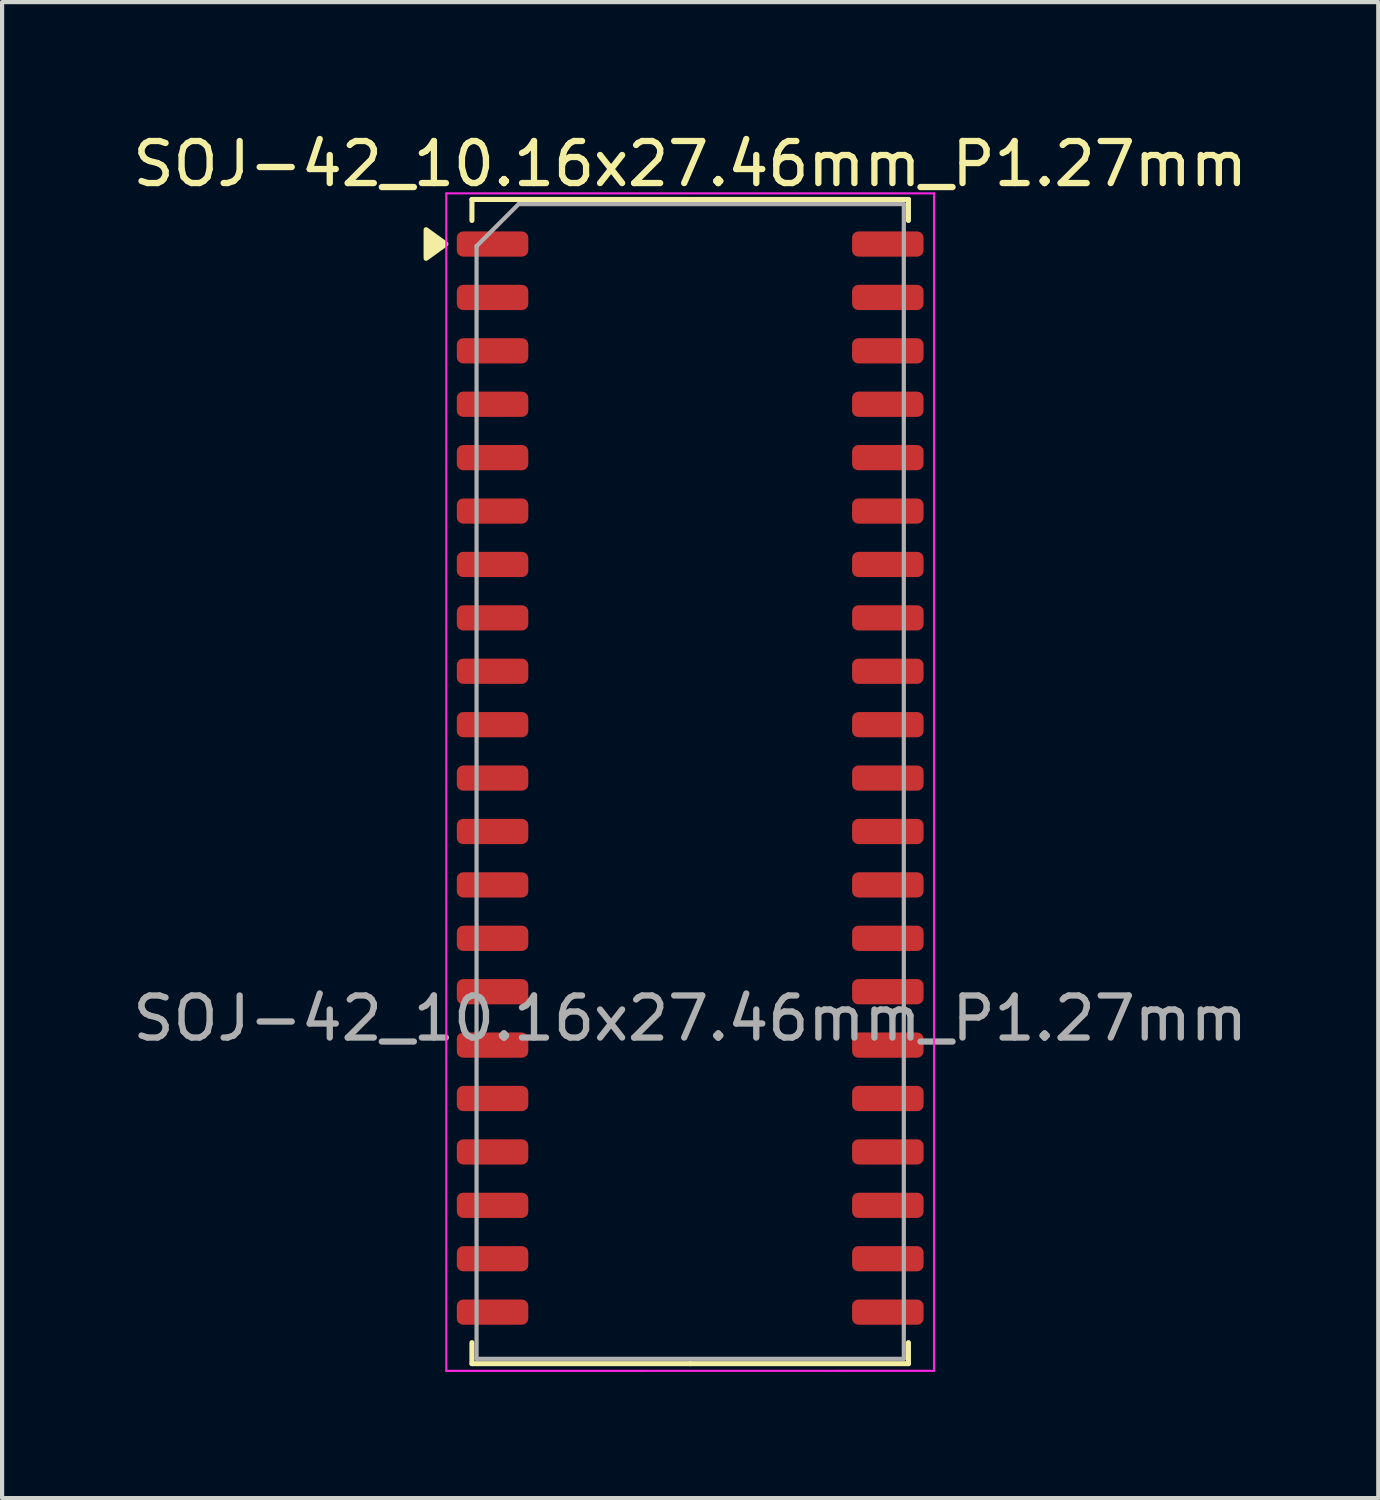
<source format=kicad_pcb>
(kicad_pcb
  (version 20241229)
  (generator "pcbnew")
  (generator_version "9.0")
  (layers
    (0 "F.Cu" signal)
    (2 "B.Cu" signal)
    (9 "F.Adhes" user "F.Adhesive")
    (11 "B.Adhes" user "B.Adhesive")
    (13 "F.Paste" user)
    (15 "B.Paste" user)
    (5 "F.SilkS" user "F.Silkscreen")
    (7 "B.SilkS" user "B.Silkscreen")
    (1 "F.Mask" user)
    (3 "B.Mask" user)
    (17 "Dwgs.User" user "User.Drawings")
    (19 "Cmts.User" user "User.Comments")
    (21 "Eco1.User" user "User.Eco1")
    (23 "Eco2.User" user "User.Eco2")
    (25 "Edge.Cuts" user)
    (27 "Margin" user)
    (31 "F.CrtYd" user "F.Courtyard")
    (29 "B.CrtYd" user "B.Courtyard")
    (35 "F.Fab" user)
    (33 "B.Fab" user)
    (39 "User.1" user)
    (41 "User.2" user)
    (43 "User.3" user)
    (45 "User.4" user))
  (footprint "SOJ-42_10.16x27.46mm_P1.27mm"
    (layer "F.Cu")
    (at 13.363 15.453)
    (property "Reference" "SOJ-42_10.16x27.46mm_P1.27mm" (at 0 -14.605 0) (layer "F.SilkS") (effects (font (size 1 1) (thickness 0.15))))
    (attr smd)
    (fp_line (start -5.19 -13.76) (end -5.19 -13.26) (stroke (width 0.12) (type solid)) (layer "F.SilkS"))
    (fp_line (start -5.19 13.925) (end -5.19 13.425) (stroke (width 0.12) (type solid)) (layer "F.SilkS"))
    (fp_line (start 0 -13.76) (end -5.19 -13.76) (stroke (width 0.12) (type solid)) (layer "F.SilkS"))
    (fp_line (start 0 -13.76) (end 5.19 -13.76) (stroke (width 0.12) (type solid)) (layer "F.SilkS"))
    (fp_line (start 0 13.925) (end -5.19 13.925) (stroke (width 0.12) (type solid)) (layer "F.SilkS"))
    (fp_line (start 0 13.925) (end 5.19 13.925) (stroke (width 0.12) (type solid)) (layer "F.SilkS"))
    (fp_line (start 5.19 -13.76) (end 5.19 -13.26) (stroke (width 0.12) (type solid)) (layer "F.SilkS"))
    (fp_line (start 5.19 13.925) (end 5.19 13.425) (stroke (width 0.12) (type solid)) (layer "F.SilkS"))
    (fp_poly (pts (xy -5.81 -12.7) (xy -6.28 -13.04) (xy -6.28 -12.36) (xy -5.81 -12.7)) (stroke (width 0.12) (type solid)) (fill yes) (layer "F.SilkS"))
    (fp_line (start -5.8 -13.905) (end -5.8 14.095) (stroke (width 0.05) (type solid)) (layer "F.CrtYd"))
    (fp_line (start -5.8 14.097) (end 5.8 14.095) (stroke (width 0.05) (type solid)) (layer "F.CrtYd"))
    (fp_line (start 5.8 -13.905) (end -5.8 -13.905) (stroke (width 0.05) (type solid)) (layer "F.CrtYd"))
    (fp_line (start 5.8 14.095) (end 5.8 -13.905) (stroke (width 0.05) (type solid)) (layer "F.CrtYd"))
    (fp_line (start -5.08 -12.65) (end -4.08 -13.65) (stroke (width 0.1) (type solid)) (layer "F.Fab"))
    (fp_line (start -5.08 13.81) (end -5.08 -12.65) (stroke (width 0.1) (type solid)) (layer "F.Fab"))
    (fp_line (start -4.08 -13.65) (end 5.08 -13.65) (stroke (width 0.1) (type solid)) (layer "F.Fab"))
    (fp_line (start 5.08 -13.65) (end 5.08 13.81) (stroke (width 0.1) (type solid)) (layer "F.Fab"))
    (fp_line (start 5.08 13.81) (end -5.08 13.81) (stroke (width 0.1) (type solid)) (layer "F.Fab"))
    (fp_text user "${REFERENCE}" (at 0 5.715 0) (layer "F.Fab") (effects (font (size 1 1) (thickness 0.15))))
    (pad "1" smd roundrect (at -4.7 -12.7) (size 1.7 0.6) (layers "F.Cu" "F.Mask" "F.Paste") (roundrect_rratio 0.25))
    (pad "2" smd roundrect (at -4.7 -11.43) (size 1.7 0.6) (layers "F.Cu" "F.Mask" "F.Paste") (roundrect_rratio 0.25))
    (pad "3" smd roundrect (at -4.7 -10.16) (size 1.7 0.6) (layers "F.Cu" "F.Mask" "F.Paste") (roundrect_rratio 0.25))
    (pad "4" smd roundrect (at -4.7 -8.89) (size 1.7 0.6) (layers "F.Cu" "F.Mask" "F.Paste") (roundrect_rratio 0.25))
    (pad "5" smd roundrect (at -4.7 -7.62) (size 1.7 0.6) (layers "F.Cu" "F.Mask" "F.Paste") (roundrect_rratio 0.25))
    (pad "6" smd roundrect (at -4.7 -6.35) (size 1.7 0.6) (layers "F.Cu" "F.Mask" "F.Paste") (roundrect_rratio 0.25))
    (pad "7" smd roundrect (at -4.7 -5.08) (size 1.7 0.6) (layers "F.Cu" "F.Mask" "F.Paste") (roundrect_rratio 0.25))
    (pad "8" smd roundrect (at -4.7 -3.81) (size 1.7 0.6) (layers "F.Cu" "F.Mask" "F.Paste") (roundrect_rratio 0.25))
    (pad "9" smd roundrect (at -4.7 -2.54) (size 1.7 0.6) (layers "F.Cu" "F.Mask" "F.Paste") (roundrect_rratio 0.25))
    (pad "10" smd roundrect (at -4.7 -1.27) (size 1.7 0.6) (layers "F.Cu" "F.Mask" "F.Paste") (roundrect_rratio 0.25))
    (pad "11" smd roundrect (at -4.7 0) (size 1.7 0.6) (layers "F.Cu" "F.Mask" "F.Paste") (roundrect_rratio 0.25))
    (pad "12" smd roundrect (at -4.7 1.27) (size 1.7 0.6) (layers "F.Cu" "F.Mask" "F.Paste") (roundrect_rratio 0.25))
    (pad "13" smd roundrect (at -4.7 2.54) (size 1.7 0.6) (layers "F.Cu" "F.Mask" "F.Paste") (roundrect_rratio 0.25))
    (pad "14" smd roundrect (at -4.7 3.81) (size 1.7 0.6) (layers "F.Cu" "F.Mask" "F.Paste") (roundrect_rratio 0.25))
    (pad "15" smd roundrect (at -4.7 5.08) (size 1.7 0.6) (layers "F.Cu" "F.Mask" "F.Paste") (roundrect_rratio 0.25))
    (pad "16" smd roundrect (at -4.7 6.35) (size 1.7 0.6) (layers "F.Cu" "F.Mask" "F.Paste") (roundrect_rratio 0.25))
    (pad "17" smd roundrect (at -4.7 7.62) (size 1.7 0.6) (layers "F.Cu" "F.Mask" "F.Paste") (roundrect_rratio 0.25))
    (pad "18" smd roundrect (at -4.7 8.89) (size 1.7 0.6) (layers "F.Cu" "F.Mask" "F.Paste") (roundrect_rratio 0.25))
    (pad "19" smd roundrect (at -4.7 10.16) (size 1.7 0.6) (layers "F.Cu" "F.Mask" "F.Paste") (roundrect_rratio 0.25))
    (pad "20" smd roundrect (at -4.7 11.43) (size 1.7 0.6) (layers "F.Cu" "F.Mask" "F.Paste") (roundrect_rratio 0.25))
    (pad "21" smd roundrect (at -4.7 12.7) (size 1.7 0.6) (layers "F.Cu" "F.Mask" "F.Paste") (roundrect_rratio 0.25))
    (pad "22" smd roundrect (at 4.7 12.7) (size 1.7 0.6) (layers "F.Cu" "F.Mask" "F.Paste") (roundrect_rratio 0.25))
    (pad "23" smd roundrect (at 4.7 11.43) (size 1.7 0.6) (layers "F.Cu" "F.Mask" "F.Paste") (roundrect_rratio 0.25))
    (pad "24" smd roundrect (at 4.7 10.16) (size 1.7 0.6) (layers "F.Cu" "F.Mask" "F.Paste") (roundrect_rratio 0.25))
    (pad "25" smd roundrect (at 4.7 8.89) (size 1.7 0.6) (layers "F.Cu" "F.Mask" "F.Paste") (roundrect_rratio 0.25))
    (pad "26" smd roundrect (at 4.7 7.62) (size 1.7 0.6) (layers "F.Cu" "F.Mask" "F.Paste") (roundrect_rratio 0.25))
    (pad "27" smd roundrect (at 4.7 6.35) (size 1.7 0.6) (layers "F.Cu" "F.Mask" "F.Paste") (roundrect_rratio 0.25))
    (pad "28" smd roundrect (at 4.7 5.08) (size 1.7 0.6) (layers "F.Cu" "F.Mask" "F.Paste") (roundrect_rratio 0.25))
    (pad "29" smd roundrect (at 4.7 3.81) (size 1.7 0.6) (layers "F.Cu" "F.Mask" "F.Paste") (roundrect_rratio 0.25))
    (pad "30" smd roundrect (at 4.7 2.54) (size 1.7 0.6) (layers "F.Cu" "F.Mask" "F.Paste") (roundrect_rratio 0.25))
    (pad "31" smd roundrect (at 4.7 1.27) (size 1.7 0.6) (layers "F.Cu" "F.Mask" "F.Paste") (roundrect_rratio 0.25))
    (pad "32" smd roundrect (at 4.7 0) (size 1.7 0.6) (layers "F.Cu" "F.Mask" "F.Paste") (roundrect_rratio 0.25))
    (pad "33" smd roundrect (at 4.7 -1.27) (size 1.7 0.6) (layers "F.Cu" "F.Mask" "F.Paste") (roundrect_rratio 0.25))
    (pad "34" smd roundrect (at 4.7 -2.54) (size 1.7 0.6) (layers "F.Cu" "F.Mask" "F.Paste") (roundrect_rratio 0.25))
    (pad "35" smd roundrect (at 4.7 -3.81) (size 1.7 0.6) (layers "F.Cu" "F.Mask" "F.Paste") (roundrect_rratio 0.25))
    (pad "36" smd roundrect (at 4.7 -5.08) (size 1.7 0.6) (layers "F.Cu" "F.Mask" "F.Paste") (roundrect_rratio 0.25))
    (pad "37" smd roundrect (at 4.699 -6.35) (size 1.7 0.6) (layers "F.Cu" "F.Mask" "F.Paste") (roundrect_rratio 0.25))
    (pad "38" smd roundrect (at 4.699 -7.62) (size 1.7 0.6) (layers "F.Cu" "F.Mask" "F.Paste") (roundrect_rratio 0.25))
    (pad "39" smd roundrect (at 4.699 -8.89) (size 1.7 0.6) (layers "F.Cu" "F.Mask" "F.Paste") (roundrect_rratio 0.25))
    (pad "40" smd roundrect (at 4.699 -10.16) (size 1.7 0.6) (layers "F.Cu" "F.Mask" "F.Paste") (roundrect_rratio 0.25))
    (pad "41" smd roundrect (at 4.699 -11.43) (size 1.7 0.6) (layers "F.Cu" "F.Mask" "F.Paste") (roundrect_rratio 0.25))
    (pad "42" smd roundrect (at 4.699 -12.7) (size 1.7 0.6) (layers "F.Cu" "F.Mask" "F.Paste") (roundrect_rratio 0.25)))
  (gr_rect
    (start -3 -3)
    (end 29.726 32.575)
    (stroke (width 0.1) (type default))
    (fill no)
    (layer "Edge.Cuts")))
</source>
